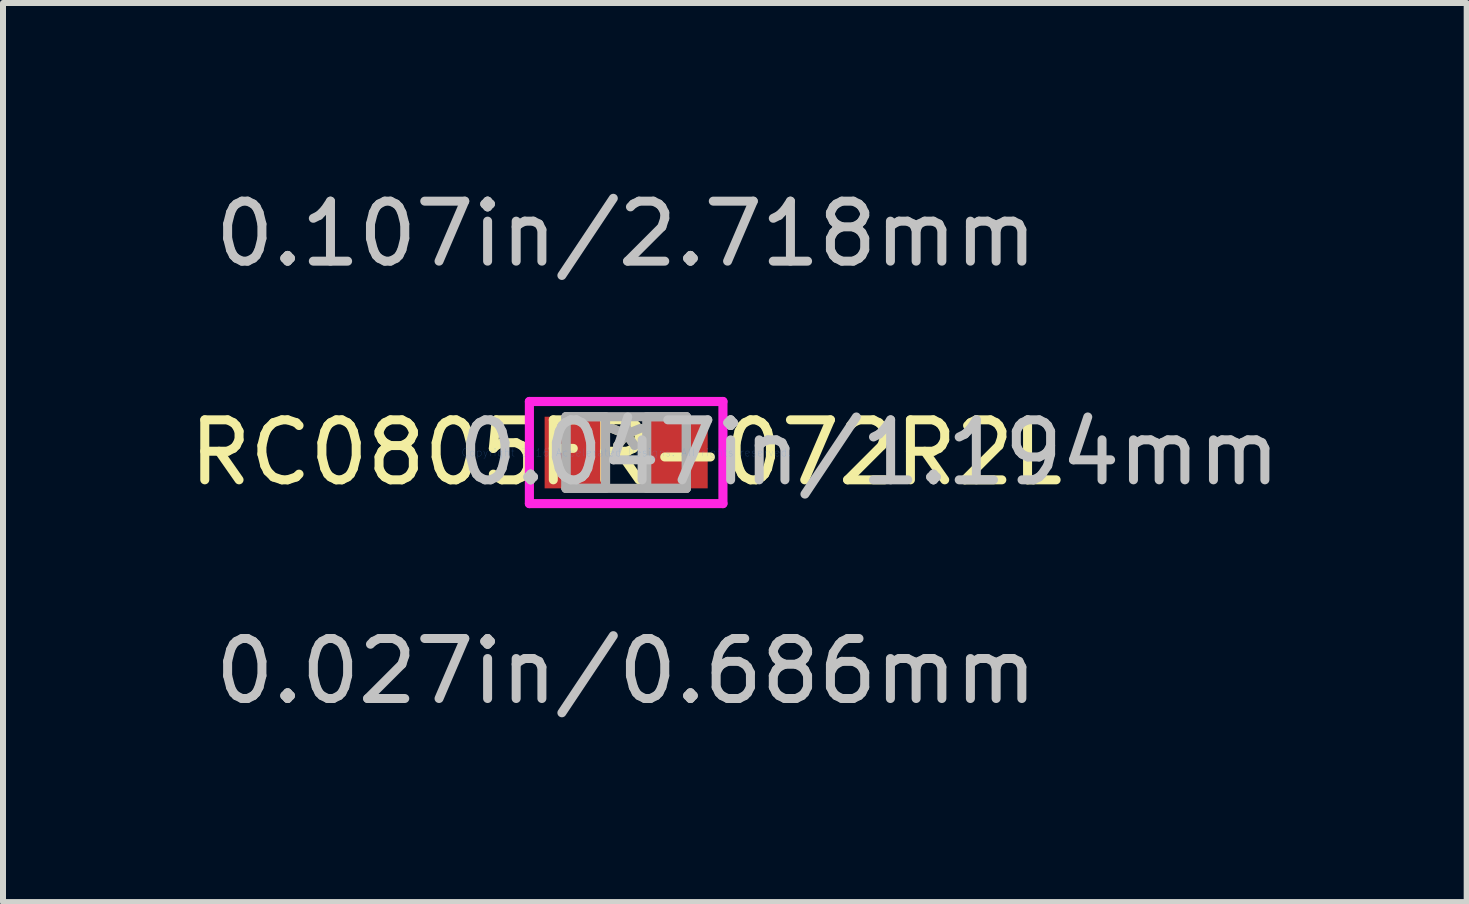
<source format=kicad_pcb>
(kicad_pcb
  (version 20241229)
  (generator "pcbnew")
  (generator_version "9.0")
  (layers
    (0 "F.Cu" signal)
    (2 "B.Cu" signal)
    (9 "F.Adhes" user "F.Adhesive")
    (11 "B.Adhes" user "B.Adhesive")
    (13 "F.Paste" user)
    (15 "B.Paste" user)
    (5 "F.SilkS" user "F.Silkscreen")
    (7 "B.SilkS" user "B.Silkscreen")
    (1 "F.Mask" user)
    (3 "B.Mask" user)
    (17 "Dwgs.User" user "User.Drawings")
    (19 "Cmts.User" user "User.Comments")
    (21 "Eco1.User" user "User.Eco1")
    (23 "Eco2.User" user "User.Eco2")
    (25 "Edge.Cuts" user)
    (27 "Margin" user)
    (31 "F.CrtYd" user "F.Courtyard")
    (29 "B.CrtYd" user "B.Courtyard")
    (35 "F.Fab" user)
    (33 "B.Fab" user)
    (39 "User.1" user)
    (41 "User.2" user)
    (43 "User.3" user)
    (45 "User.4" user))
  (footprint "RC0805FR-072R2L"
    (layer "F.Cu")
    (at 7.387 4.493)
    (property "Reference" "RC0805FR-072R2L" (at 0 0 0) (layer "F.SilkS") (effects (font (size 1 1) (thickness 0.15))))
    (attr through_hole)
    (fp_line (start -1.613 -0.851) (end 1.613 -0.851) (stroke (width 0.152) (type solid)) (layer "F.CrtYd"))
    (fp_line (start -1.613 0.851) (end -1.613 -0.851) (stroke (width 0.152) (type solid)) (layer "F.CrtYd"))
    (fp_line (start 1.613 -0.851) (end 1.613 0.851) (stroke (width 0.152) (type solid)) (layer "F.CrtYd"))
    (fp_line (start 1.613 0.851) (end -1.613 0.851) (stroke (width 0.152) (type solid)) (layer "F.CrtYd"))
    (fp_line (start -1.003 -0.597) (end -1.003 0.597) (stroke (width 0.152) (type solid)) (layer "F.Fab"))
    (fp_line (start -1.003 -0.597) (end -1.003 0.597) (stroke (width 0.152) (type solid)) (layer "F.Fab"))
    (fp_line (start -1.003 0.597) (end -0.343 0.597) (stroke (width 0.152) (type solid)) (layer "F.Fab"))
    (fp_line (start -1.003 0.597) (end 1.003 0.597) (stroke (width 0.152) (type solid)) (layer "F.Fab"))
    (fp_line (start -0.343 -0.597) (end -1.003 -0.597) (stroke (width 0.152) (type solid)) (layer "F.Fab"))
    (fp_line (start -0.343 0.597) (end -0.343 -0.597) (stroke (width 0.152) (type solid)) (layer "F.Fab"))
    (fp_line (start 0.343 -0.597) (end 0.343 0.597) (stroke (width 0.152) (type solid)) (layer "F.Fab"))
    (fp_line (start 0.343 0.597) (end 1.003 0.597) (stroke (width 0.152) (type solid)) (layer "F.Fab"))
    (fp_line (start 1.003 -0.597) (end -1.003 -0.597) (stroke (width 0.152) (type solid)) (layer "F.Fab"))
    (fp_line (start 1.003 -0.597) (end 0.343 -0.597) (stroke (width 0.152) (type solid)) (layer "F.Fab"))
    (fp_line (start 1.003 0.597) (end 1.003 -0.597) (stroke (width 0.152) (type solid)) (layer "F.Fab"))
    (fp_line (start 1.003 0.597) (end 1.003 -0.597) (stroke (width 0.152) (type solid)) (layer "F.Fab"))
    (fp_text user "*" (at 0 0 0) (layer "F.SilkS") (effects (font (size 1 1) (thickness 0.15))))
    (fp_text user "0.047in/1.194mm" (at 4.051 0 0) (layer "Dwgs.User") (effects (font (size 1 1) (thickness 0.15))))
    (fp_text user "0.027in/0.686mm" (at 0 3.645 0) (layer "Dwgs.User") (effects (font (size 1 1) (thickness 0.15))))
    (fp_text user "0.107in/2.718mm" (at 0 -3.645 0) (layer "Dwgs.User") (effects (font (size 1 1) (thickness 0.15))))
    (fp_text user "Copyright 2016 Accelerated Designs. All rights reserved." (at 0 0 0) (layer "Cmts.User") (effects (font (size 0.127 0.127) (thickness 0.002))))
    (fp_text user "*" (at 0 0 0) (layer "F.Fab") (effects (font (size 1 1) (thickness 0.15))))
    (pad "1" smd rect (at -0.851 0) (size 1.016 1.194) (layers "F.Cu" "F.Mask" "F.Paste"))
    (pad "2" smd rect (at 0.851 0) (size 1.016 1.194) (layers "F.Cu" "F.Mask" "F.Paste")))
  (gr_rect
    (start -3 -3)
    (end 21.397 11.986)
    (stroke (width 0.1) (type default))
    (fill no)
    (layer "Edge.Cuts")))
</source>
